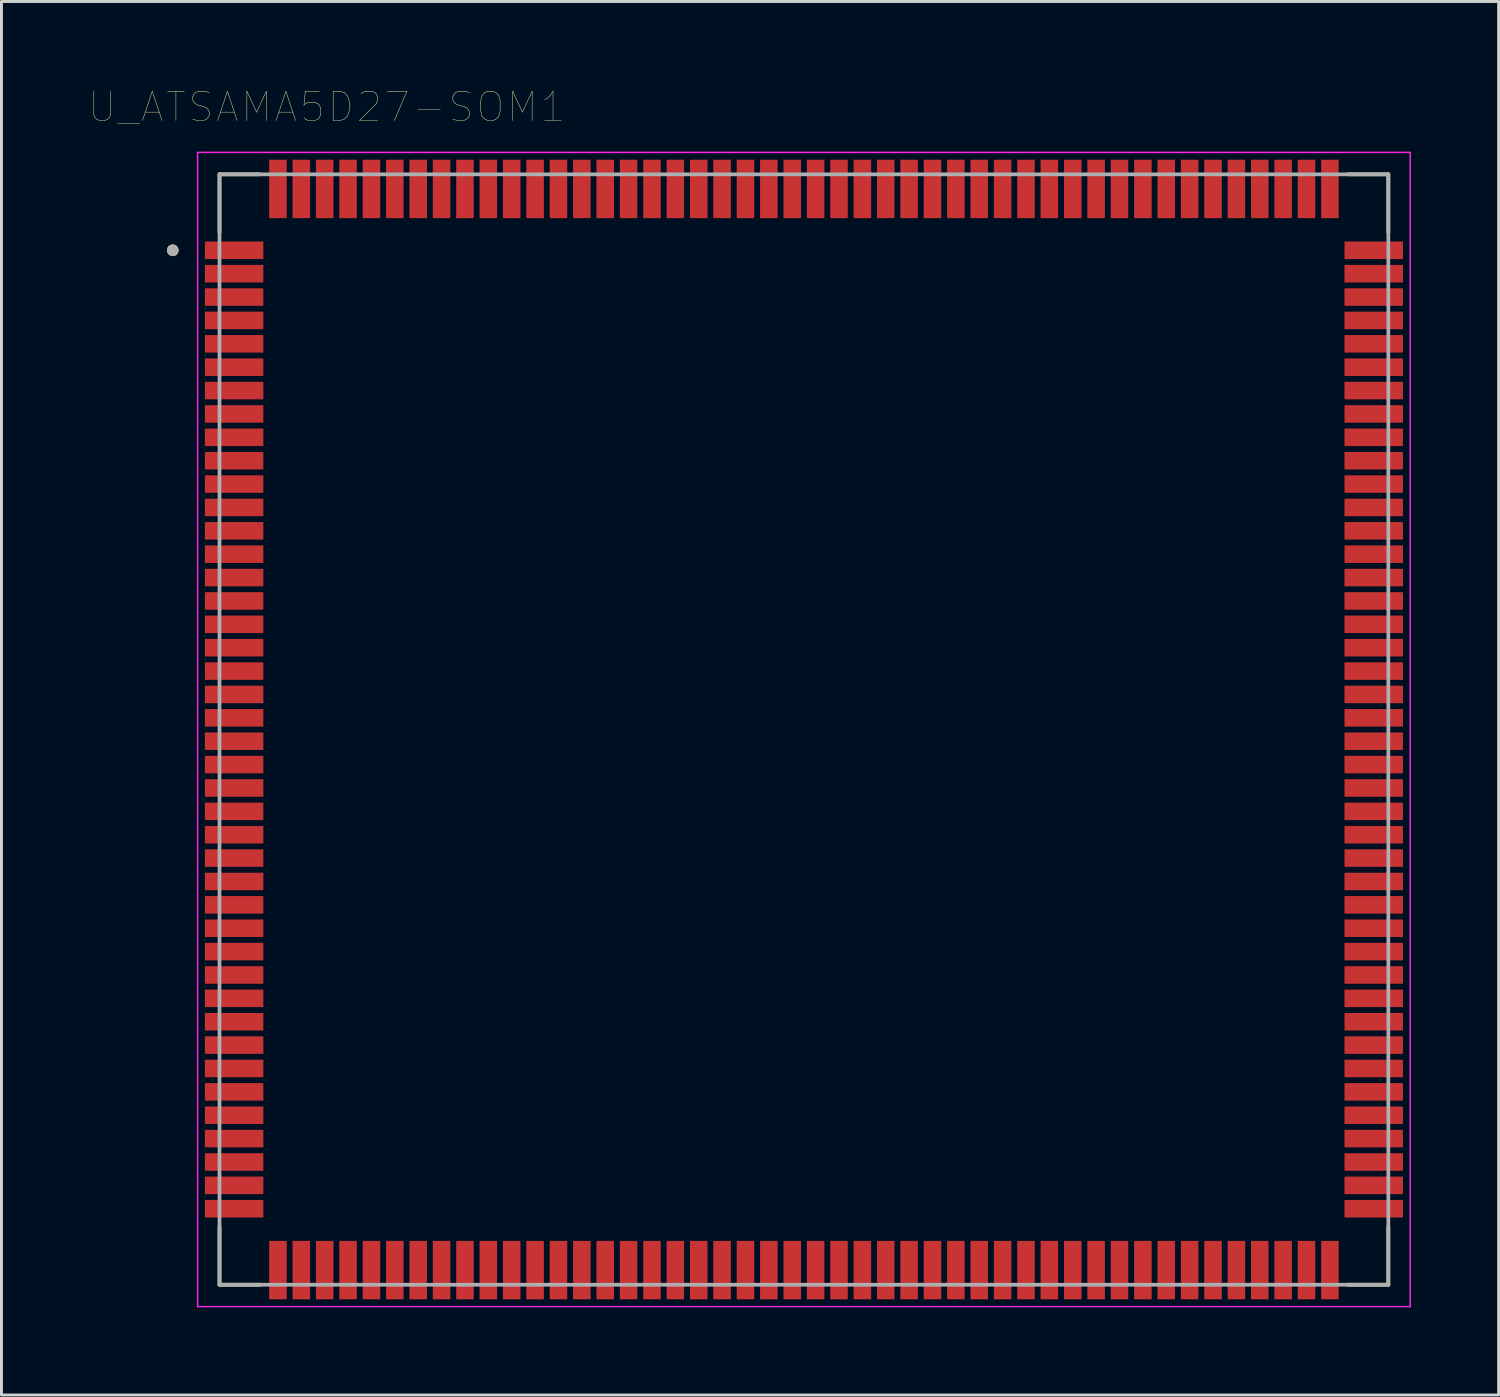
<source format=kicad_pcb>
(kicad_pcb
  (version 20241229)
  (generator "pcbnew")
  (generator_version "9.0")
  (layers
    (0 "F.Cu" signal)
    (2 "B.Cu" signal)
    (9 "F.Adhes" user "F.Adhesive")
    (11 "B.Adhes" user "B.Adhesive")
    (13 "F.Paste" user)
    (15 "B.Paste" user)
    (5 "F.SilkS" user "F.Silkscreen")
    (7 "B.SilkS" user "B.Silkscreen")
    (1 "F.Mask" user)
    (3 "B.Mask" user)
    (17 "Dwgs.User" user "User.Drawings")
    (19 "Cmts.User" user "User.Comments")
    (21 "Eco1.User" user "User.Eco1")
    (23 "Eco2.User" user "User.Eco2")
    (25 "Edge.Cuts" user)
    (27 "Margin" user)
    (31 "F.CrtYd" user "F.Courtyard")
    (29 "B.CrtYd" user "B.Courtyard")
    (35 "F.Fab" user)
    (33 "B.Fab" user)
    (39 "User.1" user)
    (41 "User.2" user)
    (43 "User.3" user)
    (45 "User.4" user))
  (footprint "U_ATSAMA5D27-SOM1"
    (layer "F.Cu")
    (at 24.462 21.916)
    (property "Reference" "U_ATSAMA5D27-SOM1" (at -16.325 -21.305 0) (layer "F.SilkS") (effects (font (size 1 1) (thickness 0.015))))
    (attr through_hole)
    (fp_line (start -20 -19) (end -20 -17.02) (stroke (width 0.127) (type solid)) (layer "F.SilkS"))
    (fp_line (start -20 -19) (end -18.62 -19) (stroke (width 0.127) (type solid)) (layer "F.SilkS"))
    (fp_line (start -20 19) (end -20 17.02) (stroke (width 0.127) (type solid)) (layer "F.SilkS"))
    (fp_line (start -20 19) (end -18.62 19) (stroke (width 0.127) (type solid)) (layer "F.SilkS"))
    (fp_line (start 20 -19) (end 18.62 -19) (stroke (width 0.127) (type solid)) (layer "F.SilkS"))
    (fp_line (start 20 -19) (end 20 -17.02) (stroke (width 0.127) (type solid)) (layer "F.SilkS"))
    (fp_line (start 20 19) (end 18.62 19) (stroke (width 0.127) (type solid)) (layer "F.SilkS"))
    (fp_line (start 20 19) (end 20 17.02) (stroke (width 0.127) (type solid)) (layer "F.SilkS"))
    (fp_circle (center -21.6 -16.4) (end -21.5 -16.4) (stroke (width 0.2) (type solid)) (fill no) (layer "F.SilkS"))
    (fp_poly (pts (xy -20.5 -16.675) (xy -18.5 -16.675) (xy -18.5 -16.125) (xy -20.5 -16.125)) (stroke (width 0.01) (type solid)) (fill yes) (layer "F.Paste"))
    (fp_poly (pts (xy -20.5 -15.875) (xy -18.5 -15.875) (xy -18.5 -15.325) (xy -20.5 -15.325)) (stroke (width 0.01) (type solid)) (fill yes) (layer "F.Paste"))
    (fp_poly (pts (xy -20.5 -15.075) (xy -18.5 -15.075) (xy -18.5 -14.525) (xy -20.5 -14.525)) (stroke (width 0.01) (type solid)) (fill yes) (layer "F.Paste"))
    (fp_poly (pts (xy -20.5 -14.275) (xy -18.5 -14.275) (xy -18.5 -13.725) (xy -20.5 -13.725)) (stroke (width 0.01) (type solid)) (fill yes) (layer "F.Paste"))
    (fp_poly (pts (xy -20.5 -13.475) (xy -18.5 -13.475) (xy -18.5 -12.925) (xy -20.5 -12.925)) (stroke (width 0.01) (type solid)) (fill yes) (layer "F.Paste"))
    (fp_poly (pts (xy -20.5 -12.675) (xy -18.5 -12.675) (xy -18.5 -12.125) (xy -20.5 -12.125)) (stroke (width 0.01) (type solid)) (fill yes) (layer "F.Paste"))
    (fp_poly (pts (xy -20.5 -11.875) (xy -18.5 -11.875) (xy -18.5 -11.325) (xy -20.5 -11.325)) (stroke (width 0.01) (type solid)) (fill yes) (layer "F.Paste"))
    (fp_poly (pts (xy -20.5 -11.875) (xy -18.5 -11.875) (xy -18.5 -11.325) (xy -20.5 -11.325)) (stroke (width 0.01) (type solid)) (fill yes) (layer "F.Paste"))
    (fp_poly (pts (xy -20.5 -11.075) (xy -18.5 -11.075) (xy -18.5 -10.525) (xy -20.5 -10.525)) (stroke (width 0.01) (type solid)) (fill yes) (layer "F.Paste"))
    (fp_poly (pts (xy -20.5 -11.075) (xy -18.5 -11.075) (xy -18.5 -10.525) (xy -20.5 -10.525)) (stroke (width 0.01) (type solid)) (fill yes) (layer "F.Paste"))
    (fp_poly (pts (xy -20.5 -10.275) (xy -18.5 -10.275) (xy -18.5 -9.725) (xy -20.5 -9.725)) (stroke (width 0.01) (type solid)) (fill yes) (layer "F.Paste"))
    (fp_poly (pts (xy -20.5 -10.275) (xy -18.5 -10.275) (xy -18.5 -9.725) (xy -20.5 -9.725)) (stroke (width 0.01) (type solid)) (fill yes) (layer "F.Paste"))
    (fp_poly (pts (xy -20.5 -9.475) (xy -18.5 -9.475) (xy -18.5 -8.925) (xy -20.5 -8.925)) (stroke (width 0.01) (type solid)) (fill yes) (layer "F.Paste"))
    (fp_poly (pts (xy -20.5 -9.475) (xy -18.5 -9.475) (xy -18.5 -8.925) (xy -20.5 -8.925)) (stroke (width 0.01) (type solid)) (fill yes) (layer "F.Paste"))
    (fp_poly (pts (xy -20.5 -8.675) (xy -18.5 -8.675) (xy -18.5 -8.125) (xy -20.5 -8.125)) (stroke (width 0.01) (type solid)) (fill yes) (layer "F.Paste"))
    (fp_poly (pts (xy -20.5 -8.675) (xy -18.5 -8.675) (xy -18.5 -8.125) (xy -20.5 -8.125)) (stroke (width 0.01) (type solid)) (fill yes) (layer "F.Paste"))
    (fp_poly (pts (xy -20.5 -7.875) (xy -18.5 -7.875) (xy -18.5 -7.325) (xy -20.5 -7.325)) (stroke (width 0.01) (type solid)) (fill yes) (layer "F.Paste"))
    (fp_poly (pts (xy -20.5 -7.875) (xy -18.5 -7.875) (xy -18.5 -7.325) (xy -20.5 -7.325)) (stroke (width 0.01) (type solid)) (fill yes) (layer "F.Paste"))
    (fp_poly (pts (xy -20.5 -7.075) (xy -18.5 -7.075) (xy -18.5 -6.525) (xy -20.5 -6.525)) (stroke (width 0.01) (type solid)) (fill yes) (layer "F.Paste"))
    (fp_poly (pts (xy -20.5 -7.075) (xy -18.5 -7.075) (xy -18.5 -6.525) (xy -20.5 -6.525)) (stroke (width 0.01) (type solid)) (fill yes) (layer "F.Paste"))
    (fp_poly (pts (xy -20.5 -6.275) (xy -18.5 -6.275) (xy -18.5 -5.725) (xy -20.5 -5.725)) (stroke (width 0.01) (type solid)) (fill yes) (layer "F.Paste"))
    (fp_poly (pts (xy -20.5 -6.275) (xy -18.5 -6.275) (xy -18.5 -5.725) (xy -20.5 -5.725)) (stroke (width 0.01) (type solid)) (fill yes) (layer "F.Paste"))
    (fp_poly (pts (xy -20.5 -5.475) (xy -18.5 -5.475) (xy -18.5 -4.925) (xy -20.5 -4.925)) (stroke (width 0.01) (type solid)) (fill yes) (layer "F.Paste"))
    (fp_poly (pts (xy -20.5 -5.475) (xy -18.5 -5.475) (xy -18.5 -4.925) (xy -20.5 -4.925)) (stroke (width 0.01) (type solid)) (fill yes) (layer "F.Paste"))
    (fp_poly (pts (xy -20.5 -4.675) (xy -18.5 -4.675) (xy -18.5 -4.125) (xy -20.5 -4.125)) (stroke (width 0.01) (type solid)) (fill yes) (layer "F.Paste"))
    (fp_poly (pts (xy -20.5 -4.675) (xy -18.5 -4.675) (xy -18.5 -4.125) (xy -20.5 -4.125)) (stroke (width 0.01) (type solid)) (fill yes) (layer "F.Paste"))
    (fp_poly (pts (xy -20.5 -3.875) (xy -18.5 -3.875) (xy -18.5 -3.325) (xy -20.5 -3.325)) (stroke (width 0.01) (type solid)) (fill yes) (layer "F.Paste"))
    (fp_poly (pts (xy -20.5 -3.875) (xy -18.5 -3.875) (xy -18.5 -3.325) (xy -20.5 -3.325)) (stroke (width 0.01) (type solid)) (fill yes) (layer "F.Paste"))
    (fp_poly (pts (xy -20.5 -3.075) (xy -18.5 -3.075) (xy -18.5 -2.525) (xy -20.5 -2.525)) (stroke (width 0.01) (type solid)) (fill yes) (layer "F.Paste"))
    (fp_poly (pts (xy -20.5 -3.075) (xy -18.5 -3.075) (xy -18.5 -2.525) (xy -20.5 -2.525)) (stroke (width 0.01) (type solid)) (fill yes) (layer "F.Paste"))
    (fp_poly (pts (xy -20.5 -2.275) (xy -18.5 -2.275) (xy -18.5 -1.725) (xy -20.5 -1.725)) (stroke (width 0.01) (type solid)) (fill yes) (layer "F.Paste"))
    (fp_poly (pts (xy -20.5 -2.275) (xy -18.5 -2.275) (xy -18.5 -1.725) (xy -20.5 -1.725)) (stroke (width 0.01) (type solid)) (fill yes) (layer "F.Paste"))
    (fp_poly (pts (xy -20.5 -1.475) (xy -18.5 -1.475) (xy -18.5 -0.925) (xy -20.5 -0.925)) (stroke (width 0.01) (type solid)) (fill yes) (layer "F.Paste"))
    (fp_poly (pts (xy -20.5 -1.475) (xy -18.5 -1.475) (xy -18.5 -0.925) (xy -20.5 -0.925)) (stroke (width 0.01) (type solid)) (fill yes) (layer "F.Paste"))
    (fp_poly (pts (xy -20.5 -0.675) (xy -18.5 -0.675) (xy -18.5 -0.125) (xy -20.5 -0.125)) (stroke (width 0.01) (type solid)) (fill yes) (layer "F.Paste"))
    (fp_poly (pts (xy -20.5 -0.675) (xy -18.5 -0.675) (xy -18.5 -0.125) (xy -20.5 -0.125)) (stroke (width 0.01) (type solid)) (fill yes) (layer "F.Paste"))
    (fp_poly (pts (xy -20.5 0.125) (xy -18.5 0.125) (xy -18.5 0.675) (xy -20.5 0.675)) (stroke (width 0.01) (type solid)) (fill yes) (layer "F.Paste"))
    (fp_poly (pts (xy -20.5 0.125) (xy -18.5 0.125) (xy -18.5 0.675) (xy -20.5 0.675)) (stroke (width 0.01) (type solid)) (fill yes) (layer "F.Paste"))
    (fp_poly (pts (xy -20.5 0.925) (xy -18.5 0.925) (xy -18.5 1.475) (xy -20.5 1.475)) (stroke (width 0.01) (type solid)) (fill yes) (layer "F.Paste"))
    (fp_poly (pts (xy -20.5 0.925) (xy -18.5 0.925) (xy -18.5 1.475) (xy -20.5 1.475)) (stroke (width 0.01) (type solid)) (fill yes) (layer "F.Paste"))
    (fp_poly (pts (xy -20.5 1.725) (xy -18.5 1.725) (xy -18.5 2.275) (xy -20.5 2.275)) (stroke (width 0.01) (type solid)) (fill yes) (layer "F.Paste"))
    (fp_poly (pts (xy -20.5 1.725) (xy -18.5 1.725) (xy -18.5 2.275) (xy -20.5 2.275)) (stroke (width 0.01) (type solid)) (fill yes) (layer "F.Paste"))
    (fp_poly (pts (xy -20.5 2.525) (xy -18.5 2.525) (xy -18.5 3.075) (xy -20.5 3.075)) (stroke (width 0.01) (type solid)) (fill yes) (layer "F.Paste"))
    (fp_poly (pts (xy -20.5 2.525) (xy -18.5 2.525) (xy -18.5 3.075) (xy -20.5 3.075)) (stroke (width 0.01) (type solid)) (fill yes) (layer "F.Paste"))
    (fp_poly (pts (xy -20.5 3.325) (xy -18.5 3.325) (xy -18.5 3.875) (xy -20.5 3.875)) (stroke (width 0.01) (type solid)) (fill yes) (layer "F.Paste"))
    (fp_poly (pts (xy -20.5 3.325) (xy -18.5 3.325) (xy -18.5 3.875) (xy -20.5 3.875)) (stroke (width 0.01) (type solid)) (fill yes) (layer "F.Paste"))
    (fp_poly (pts (xy -20.5 4.125) (xy -18.5 4.125) (xy -18.5 4.675) (xy -20.5 4.675)) (stroke (width 0.01) (type solid)) (fill yes) (layer "F.Paste"))
    (fp_poly (pts (xy -20.5 4.125) (xy -18.5 4.125) (xy -18.5 4.675) (xy -20.5 4.675)) (stroke (width 0.01) (type solid)) (fill yes) (layer "F.Paste"))
    (fp_poly (pts (xy -20.5 4.925) (xy -18.5 4.925) (xy -18.5 5.475) (xy -20.5 5.475)) (stroke (width 0.01) (type solid)) (fill yes) (layer "F.Paste"))
    (fp_poly (pts (xy -20.5 4.925) (xy -18.5 4.925) (xy -18.5 5.475) (xy -20.5 5.475)) (stroke (width 0.01) (type solid)) (fill yes) (layer "F.Paste"))
    (fp_poly (pts (xy -20.5 5.725) (xy -18.5 5.725) (xy -18.5 6.275) (xy -20.5 6.275)) (stroke (width 0.01) (type solid)) (fill yes) (layer "F.Paste"))
    (fp_poly (pts (xy -20.5 5.725) (xy -18.5 5.725) (xy -18.5 6.275) (xy -20.5 6.275)) (stroke (width 0.01) (type solid)) (fill yes) (layer "F.Paste"))
    (fp_poly (pts (xy -20.5 6.525) (xy -18.5 6.525) (xy -18.5 7.075) (xy -20.5 7.075)) (stroke (width 0.01) (type solid)) (fill yes) (layer "F.Paste"))
    (fp_poly (pts (xy -20.5 6.525) (xy -18.5 6.525) (xy -18.5 7.075) (xy -20.5 7.075)) (stroke (width 0.01) (type solid)) (fill yes) (layer "F.Paste"))
    (fp_poly (pts (xy -20.5 7.325) (xy -18.5 7.325) (xy -18.5 7.875) (xy -20.5 7.875)) (stroke (width 0.01) (type solid)) (fill yes) (layer "F.Paste"))
    (fp_poly (pts (xy -20.5 7.325) (xy -18.5 7.325) (xy -18.5 7.875) (xy -20.5 7.875)) (stroke (width 0.01) (type solid)) (fill yes) (layer "F.Paste"))
    (fp_poly (pts (xy -20.5 8.125) (xy -18.5 8.125) (xy -18.5 8.675) (xy -20.5 8.675)) (stroke (width 0.01) (type solid)) (fill yes) (layer "F.Paste"))
    (fp_poly (pts (xy -20.5 8.125) (xy -18.5 8.125) (xy -18.5 8.675) (xy -20.5 8.675)) (stroke (width 0.01) (type solid)) (fill yes) (layer "F.Paste"))
    (fp_poly (pts (xy -20.5 8.925) (xy -18.5 8.925) (xy -18.5 9.475) (xy -20.5 9.475)) (stroke (width 0.01) (type solid)) (fill yes) (layer "F.Paste"))
    (fp_poly (pts (xy -20.5 8.925) (xy -18.5 8.925) (xy -18.5 9.475) (xy -20.5 9.475)) (stroke (width 0.01) (type solid)) (fill yes) (layer "F.Paste"))
    (fp_poly (pts (xy -20.5 9.725) (xy -18.5 9.725) (xy -18.5 10.275) (xy -20.5 10.275)) (stroke (width 0.01) (type solid)) (fill yes) (layer "F.Paste"))
    (fp_poly (pts (xy -20.5 9.725) (xy -18.5 9.725) (xy -18.5 10.275) (xy -20.5 10.275)) (stroke (width 0.01) (type solid)) (fill yes) (layer "F.Paste"))
    (fp_poly (pts (xy -20.5 10.525) (xy -18.5 10.525) (xy -18.5 11.075) (xy -20.5 11.075)) (stroke (width 0.01) (type solid)) (fill yes) (layer "F.Paste"))
    (fp_poly (pts (xy -20.5 10.525) (xy -18.5 10.525) (xy -18.5 11.075) (xy -20.5 11.075)) (stroke (width 0.01) (type solid)) (fill yes) (layer "F.Paste"))
    (fp_poly (pts (xy -20.5 11.325) (xy -18.5 11.325) (xy -18.5 11.875) (xy -20.5 11.875)) (stroke (width 0.01) (type solid)) (fill yes) (layer "F.Paste"))
    (fp_poly (pts (xy -20.5 11.325) (xy -18.5 11.325) (xy -18.5 11.875) (xy -20.5 11.875)) (stroke (width 0.01) (type solid)) (fill yes) (layer "F.Paste"))
    (fp_poly (pts (xy -20.5 12.125) (xy -18.5 12.125) (xy -18.5 12.675) (xy -20.5 12.675)) (stroke (width 0.01) (type solid)) (fill yes) (layer "F.Paste"))
    (fp_poly (pts (xy -20.5 12.125) (xy -18.5 12.125) (xy -18.5 12.675) (xy -20.5 12.675)) (stroke (width 0.01) (type solid)) (fill yes) (layer "F.Paste"))
    (fp_poly (pts (xy -20.5 12.925) (xy -18.5 12.925) (xy -18.5 13.475) (xy -20.5 13.475)) (stroke (width 0.01) (type solid)) (fill yes) (layer "F.Paste"))
    (fp_poly (pts (xy -20.5 12.925) (xy -18.5 12.925) (xy -18.5 13.475) (xy -20.5 13.475)) (stroke (width 0.01) (type solid)) (fill yes) (layer "F.Paste"))
    (fp_poly (pts (xy -20.5 13.725) (xy -18.5 13.725) (xy -18.5 14.275) (xy -20.5 14.275)) (stroke (width 0.01) (type solid)) (fill yes) (layer "F.Paste"))
    (fp_poly (pts (xy -20.5 13.725) (xy -18.5 13.725) (xy -18.5 14.275) (xy -20.5 14.275)) (stroke (width 0.01) (type solid)) (fill yes) (layer "F.Paste"))
    (fp_poly (pts (xy -20.5 14.525) (xy -18.5 14.525) (xy -18.5 15.075) (xy -20.5 15.075)) (stroke (width 0.01) (type solid)) (fill yes) (layer "F.Paste"))
    (fp_poly (pts (xy -20.5 14.525) (xy -18.5 14.525) (xy -18.5 15.075) (xy -20.5 15.075)) (stroke (width 0.01) (type solid)) (fill yes) (layer "F.Paste"))
    (fp_poly (pts (xy -20.5 15.325) (xy -18.5 15.325) (xy -18.5 15.875) (xy -20.5 15.875)) (stroke (width 0.01) (type solid)) (fill yes) (layer "F.Paste"))
    (fp_poly (pts (xy -20.5 15.325) (xy -18.5 15.325) (xy -18.5 15.875) (xy -20.5 15.875)) (stroke (width 0.01) (type solid)) (fill yes) (layer "F.Paste"))
    (fp_poly (pts (xy -20.5 16.125) (xy -18.5 16.125) (xy -18.5 16.675) (xy -20.5 16.675)) (stroke (width 0.01) (type solid)) (fill yes) (layer "F.Paste"))
    (fp_poly (pts (xy -20.5 16.125) (xy -18.5 16.125) (xy -18.5 16.675) (xy -20.5 16.675)) (stroke (width 0.01) (type solid)) (fill yes) (layer "F.Paste"))
    (fp_poly (pts (xy -18.275 -19.5) (xy -17.725 -19.5) (xy -17.725 -17.5) (xy -18.275 -17.5)) (stroke (width 0.01) (type solid)) (fill yes) (layer "F.Paste"))
    (fp_poly (pts (xy -18.275 17.5) (xy -17.725 17.5) (xy -17.725 19.5) (xy -18.275 19.5)) (stroke (width 0.01) (type solid)) (fill yes) (layer "F.Paste"))
    (fp_poly (pts (xy -17.475 -19.5) (xy -16.925 -19.5) (xy -16.925 -17.5) (xy -17.475 -17.5)) (stroke (width 0.01) (type solid)) (fill yes) (layer "F.Paste"))
    (fp_poly (pts (xy -17.475 17.5) (xy -16.925 17.5) (xy -16.925 19.5) (xy -17.475 19.5)) (stroke (width 0.01) (type solid)) (fill yes) (layer "F.Paste"))
    (fp_poly (pts (xy -16.675 -19.5) (xy -16.125 -19.5) (xy -16.125 -17.5) (xy -16.675 -17.5)) (stroke (width 0.01) (type solid)) (fill yes) (layer "F.Paste"))
    (fp_poly (pts (xy -16.675 17.5) (xy -16.125 17.5) (xy -16.125 19.5) (xy -16.675 19.5)) (stroke (width 0.01) (type solid)) (fill yes) (layer "F.Paste"))
    (fp_poly (pts (xy -15.875 -19.5) (xy -15.325 -19.5) (xy -15.325 -17.5) (xy -15.875 -17.5)) (stroke (width 0.01) (type solid)) (fill yes) (layer "F.Paste"))
    (fp_poly (pts (xy -15.875 17.5) (xy -15.325 17.5) (xy -15.325 19.5) (xy -15.875 19.5)) (stroke (width 0.01) (type solid)) (fill yes) (layer "F.Paste"))
    (fp_poly (pts (xy -15.075 -19.5) (xy -14.525 -19.5) (xy -14.525 -17.5) (xy -15.075 -17.5)) (stroke (width 0.01) (type solid)) (fill yes) (layer "F.Paste"))
    (fp_poly (pts (xy -15.075 17.5) (xy -14.525 17.5) (xy -14.525 19.5) (xy -15.075 19.5)) (stroke (width 0.01) (type solid)) (fill yes) (layer "F.Paste"))
    (fp_poly (pts (xy -14.275 -19.5) (xy -13.725 -19.5) (xy -13.725 -17.5) (xy -14.275 -17.5)) (stroke (width 0.01) (type solid)) (fill yes) (layer "F.Paste"))
    (fp_poly (pts (xy -14.275 17.5) (xy -13.725 17.5) (xy -13.725 19.5) (xy -14.275 19.5)) (stroke (width 0.01) (type solid)) (fill yes) (layer "F.Paste"))
    (fp_poly (pts (xy -13.475 -19.5) (xy -12.925 -19.5) (xy -12.925 -17.5) (xy -13.475 -17.5)) (stroke (width 0.01) (type solid)) (fill yes) (layer "F.Paste"))
    (fp_poly (pts (xy -13.475 17.5) (xy -12.925 17.5) (xy -12.925 19.5) (xy -13.475 19.5)) (stroke (width 0.01) (type solid)) (fill yes) (layer "F.Paste"))
    (fp_poly (pts (xy -12.675 -19.5) (xy -12.125 -19.5) (xy -12.125 -17.5) (xy -12.675 -17.5)) (stroke (width 0.01) (type solid)) (fill yes) (layer "F.Paste"))
    (fp_poly (pts (xy -12.675 17.5) (xy -12.125 17.5) (xy -12.125 19.5) (xy -12.675 19.5)) (stroke (width 0.01) (type solid)) (fill yes) (layer "F.Paste"))
    (fp_poly (pts (xy -11.875 -19.5) (xy -11.325 -19.5) (xy -11.325 -17.5) (xy -11.875 -17.5)) (stroke (width 0.01) (type solid)) (fill yes) (layer "F.Paste"))
    (fp_poly (pts (xy -11.875 17.5) (xy -11.325 17.5) (xy -11.325 19.5) (xy -11.875 19.5)) (stroke (width 0.01) (type solid)) (fill yes) (layer "F.Paste"))
    (fp_poly (pts (xy -11.075 -19.5) (xy -10.525 -19.5) (xy -10.525 -17.5) (xy -11.075 -17.5)) (stroke (width 0.01) (type solid)) (fill yes) (layer "F.Paste"))
    (fp_poly (pts (xy -11.075 17.5) (xy -10.525 17.5) (xy -10.525 19.5) (xy -11.075 19.5)) (stroke (width 0.01) (type solid)) (fill yes) (layer "F.Paste"))
    (fp_poly (pts (xy -10.275 -19.5) (xy -9.725 -19.5) (xy -9.725 -17.5) (xy -10.275 -17.5)) (stroke (width 0.01) (type solid)) (fill yes) (layer "F.Paste"))
    (fp_poly (pts (xy -10.275 17.5) (xy -9.725 17.5) (xy -9.725 19.5) (xy -10.275 19.5)) (stroke (width 0.01) (type solid)) (fill yes) (layer "F.Paste"))
    (fp_poly (pts (xy -9.475 -19.5) (xy -8.925 -19.5) (xy -8.925 -17.5) (xy -9.475 -17.5)) (stroke (width 0.01) (type solid)) (fill yes) (layer "F.Paste"))
    (fp_poly (pts (xy -9.475 17.5) (xy -8.925 17.5) (xy -8.925 19.5) (xy -9.475 19.5)) (stroke (width 0.01) (type solid)) (fill yes) (layer "F.Paste"))
    (fp_poly (pts (xy -8.675 -19.5) (xy -8.125 -19.5) (xy -8.125 -17.5) (xy -8.675 -17.5)) (stroke (width 0.01) (type solid)) (fill yes) (layer "F.Paste"))
    (fp_poly (pts (xy -8.675 17.5) (xy -8.125 17.5) (xy -8.125 19.5) (xy -8.675 19.5)) (stroke (width 0.01) (type solid)) (fill yes) (layer "F.Paste"))
    (fp_poly (pts (xy -7.875 -19.5) (xy -7.325 -19.5) (xy -7.325 -17.5) (xy -7.875 -17.5)) (stroke (width 0.01) (type solid)) (fill yes) (layer "F.Paste"))
    (fp_poly (pts (xy -7.875 17.5) (xy -7.325 17.5) (xy -7.325 19.5) (xy -7.875 19.5)) (stroke (width 0.01) (type solid)) (fill yes) (layer "F.Paste"))
    (fp_poly (pts (xy -7.075 -19.5) (xy -6.525 -19.5) (xy -6.525 -17.5) (xy -7.075 -17.5)) (stroke (width 0.01) (type solid)) (fill yes) (layer "F.Paste"))
    (fp_poly (pts (xy -7.075 17.5) (xy -6.525 17.5) (xy -6.525 19.5) (xy -7.075 19.5)) (stroke (width 0.01) (type solid)) (fill yes) (layer "F.Paste"))
    (fp_poly (pts (xy -6.275 -19.5) (xy -5.725 -19.5) (xy -5.725 -17.5) (xy -6.275 -17.5)) (stroke (width 0.01) (type solid)) (fill yes) (layer "F.Paste"))
    (fp_poly (pts (xy -6.275 17.5) (xy -5.725 17.5) (xy -5.725 19.5) (xy -6.275 19.5)) (stroke (width 0.01) (type solid)) (fill yes) (layer "F.Paste"))
    (fp_poly (pts (xy -5.475 -19.5) (xy -4.925 -19.5) (xy -4.925 -17.5) (xy -5.475 -17.5)) (stroke (width 0.01) (type solid)) (fill yes) (layer "F.Paste"))
    (fp_poly (pts (xy -5.475 17.5) (xy -4.925 17.5) (xy -4.925 19.5) (xy -5.475 19.5)) (stroke (width 0.01) (type solid)) (fill yes) (layer "F.Paste"))
    (fp_poly (pts (xy -4.675 -19.5) (xy -4.125 -19.5) (xy -4.125 -17.5) (xy -4.675 -17.5)) (stroke (width 0.01) (type solid)) (fill yes) (layer "F.Paste"))
    (fp_poly (pts (xy -4.675 17.5) (xy -4.125 17.5) (xy -4.125 19.5) (xy -4.675 19.5)) (stroke (width 0.01) (type solid)) (fill yes) (layer "F.Paste"))
    (fp_poly (pts (xy -3.875 -19.5) (xy -3.325 -19.5) (xy -3.325 -17.5) (xy -3.875 -17.5)) (stroke (width 0.01) (type solid)) (fill yes) (layer "F.Paste"))
    (fp_poly (pts (xy -3.875 17.5) (xy -3.325 17.5) (xy -3.325 19.5) (xy -3.875 19.5)) (stroke (width 0.01) (type solid)) (fill yes) (layer "F.Paste"))
    (fp_poly (pts (xy -3.075 -19.5) (xy -2.525 -19.5) (xy -2.525 -17.5) (xy -3.075 -17.5)) (stroke (width 0.01) (type solid)) (fill yes) (layer "F.Paste"))
    (fp_poly (pts (xy -3.075 17.5) (xy -2.525 17.5) (xy -2.525 19.5) (xy -3.075 19.5)) (stroke (width 0.01) (type solid)) (fill yes) (layer "F.Paste"))
    (fp_poly (pts (xy -2.275 -19.5) (xy -1.725 -19.5) (xy -1.725 -17.5) (xy -2.275 -17.5)) (stroke (width 0.01) (type solid)) (fill yes) (layer "F.Paste"))
    (fp_poly (pts (xy -2.275 17.5) (xy -1.725 17.5) (xy -1.725 19.5) (xy -2.275 19.5)) (stroke (width 0.01) (type solid)) (fill yes) (layer "F.Paste"))
    (fp_poly (pts (xy -1.475 -19.5) (xy -0.925 -19.5) (xy -0.925 -17.5) (xy -1.475 -17.5)) (stroke (width 0.01) (type solid)) (fill yes) (layer "F.Paste"))
    (fp_poly (pts (xy -1.475 17.5) (xy -0.925 17.5) (xy -0.925 19.5) (xy -1.475 19.5)) (stroke (width 0.01) (type solid)) (fill yes) (layer "F.Paste"))
    (fp_poly (pts (xy -0.675 -19.5) (xy -0.125 -19.5) (xy -0.125 -17.5) (xy -0.675 -17.5)) (stroke (width 0.01) (type solid)) (fill yes) (layer "F.Paste"))
    (fp_poly (pts (xy -0.675 17.5) (xy -0.125 17.5) (xy -0.125 19.5) (xy -0.675 19.5)) (stroke (width 0.01) (type solid)) (fill yes) (layer "F.Paste"))
    (fp_poly (pts (xy 0.125 -19.5) (xy 0.675 -19.5) (xy 0.675 -17.5) (xy 0.125 -17.5)) (stroke (width 0.01) (type solid)) (fill yes) (layer "F.Paste"))
    (fp_poly (pts (xy 0.125 17.5) (xy 0.675 17.5) (xy 0.675 19.5) (xy 0.125 19.5)) (stroke (width 0.01) (type solid)) (fill yes) (layer "F.Paste"))
    (fp_poly (pts (xy 0.925 -19.5) (xy 1.475 -19.5) (xy 1.475 -17.5) (xy 0.925 -17.5)) (stroke (width 0.01) (type solid)) (fill yes) (layer "F.Paste"))
    (fp_poly (pts (xy 0.925 17.5) (xy 1.475 17.5) (xy 1.475 19.5) (xy 0.925 19.5)) (stroke (width 0.01) (type solid)) (fill yes) (layer "F.Paste"))
    (fp_poly (pts (xy 1.725 -19.5) (xy 2.275 -19.5) (xy 2.275 -17.5) (xy 1.725 -17.5)) (stroke (width 0.01) (type solid)) (fill yes) (layer "F.Paste"))
    (fp_poly (pts (xy 1.725 17.5) (xy 2.275 17.5) (xy 2.275 19.5) (xy 1.725 19.5)) (stroke (width 0.01) (type solid)) (fill yes) (layer "F.Paste"))
    (fp_poly (pts (xy 2.525 -19.5) (xy 3.075 -19.5) (xy 3.075 -17.5) (xy 2.525 -17.5)) (stroke (width 0.01) (type solid)) (fill yes) (layer "F.Paste"))
    (fp_poly (pts (xy 2.525 17.5) (xy 3.075 17.5) (xy 3.075 19.5) (xy 2.525 19.5)) (stroke (width 0.01) (type solid)) (fill yes) (layer "F.Paste"))
    (fp_poly (pts (xy 3.325 -19.5) (xy 3.875 -19.5) (xy 3.875 -17.5) (xy 3.325 -17.5)) (stroke (width 0.01) (type solid)) (fill yes) (layer "F.Paste"))
    (fp_poly (pts (xy 3.325 17.5) (xy 3.875 17.5) (xy 3.875 19.5) (xy 3.325 19.5)) (stroke (width 0.01) (type solid)) (fill yes) (layer "F.Paste"))
    (fp_poly (pts (xy 4.125 -19.5) (xy 4.675 -19.5) (xy 4.675 -17.5) (xy 4.125 -17.5)) (stroke (width 0.01) (type solid)) (fill yes) (layer "F.Paste"))
    (fp_poly (pts (xy 4.125 17.5) (xy 4.675 17.5) (xy 4.675 19.5) (xy 4.125 19.5)) (stroke (width 0.01) (type solid)) (fill yes) (layer "F.Paste"))
    (fp_poly (pts (xy 4.925 -19.5) (xy 5.475 -19.5) (xy 5.475 -17.5) (xy 4.925 -17.5)) (stroke (width 0.01) (type solid)) (fill yes) (layer "F.Paste"))
    (fp_poly (pts (xy 4.925 17.5) (xy 5.475 17.5) (xy 5.475 19.5) (xy 4.925 19.5)) (stroke (width 0.01) (type solid)) (fill yes) (layer "F.Paste"))
    (fp_poly (pts (xy 5.725 -19.5) (xy 6.275 -19.5) (xy 6.275 -17.5) (xy 5.725 -17.5)) (stroke (width 0.01) (type solid)) (fill yes) (layer "F.Paste"))
    (fp_poly (pts (xy 5.725 17.5) (xy 6.275 17.5) (xy 6.275 19.5) (xy 5.725 19.5)) (stroke (width 0.01) (type solid)) (fill yes) (layer "F.Paste"))
    (fp_poly (pts (xy 6.525 -19.5) (xy 7.075 -19.5) (xy 7.075 -17.5) (xy 6.525 -17.5)) (stroke (width 0.01) (type solid)) (fill yes) (layer "F.Paste"))
    (fp_poly (pts (xy 6.525 17.5) (xy 7.075 17.5) (xy 7.075 19.5) (xy 6.525 19.5)) (stroke (width 0.01) (type solid)) (fill yes) (layer "F.Paste"))
    (fp_poly (pts (xy 7.325 -19.5) (xy 7.875 -19.5) (xy 7.875 -17.5) (xy 7.325 -17.5)) (stroke (width 0.01) (type solid)) (fill yes) (layer "F.Paste"))
    (fp_poly (pts (xy 7.325 17.5) (xy 7.875 17.5) (xy 7.875 19.5) (xy 7.325 19.5)) (stroke (width 0.01) (type solid)) (fill yes) (layer "F.Paste"))
    (fp_poly (pts (xy 8.125 -19.5) (xy 8.675 -19.5) (xy 8.675 -17.5) (xy 8.125 -17.5)) (stroke (width 0.01) (type solid)) (fill yes) (layer "F.Paste"))
    (fp_poly (pts (xy 8.125 17.5) (xy 8.675 17.5) (xy 8.675 19.5) (xy 8.125 19.5)) (stroke (width 0.01) (type solid)) (fill yes) (layer "F.Paste"))
    (fp_poly (pts (xy 8.925 -19.5) (xy 9.475 -19.5) (xy 9.475 -17.5) (xy 8.925 -17.5)) (stroke (width 0.01) (type solid)) (fill yes) (layer "F.Paste"))
    (fp_poly (pts (xy 8.925 17.5) (xy 9.475 17.5) (xy 9.475 19.5) (xy 8.925 19.5)) (stroke (width 0.01) (type solid)) (fill yes) (layer "F.Paste"))
    (fp_poly (pts (xy 9.725 -19.5) (xy 10.275 -19.5) (xy 10.275 -17.5) (xy 9.725 -17.5)) (stroke (width 0.01) (type solid)) (fill yes) (layer "F.Paste"))
    (fp_poly (pts (xy 9.725 17.5) (xy 10.275 17.5) (xy 10.275 19.5) (xy 9.725 19.5)) (stroke (width 0.01) (type solid)) (fill yes) (layer "F.Paste"))
    (fp_poly (pts (xy 10.525 -19.5) (xy 11.075 -19.5) (xy 11.075 -17.5) (xy 10.525 -17.5)) (stroke (width 0.01) (type solid)) (fill yes) (layer "F.Paste"))
    (fp_poly (pts (xy 10.525 17.5) (xy 11.075 17.5) (xy 11.075 19.5) (xy 10.525 19.5)) (stroke (width 0.01) (type solid)) (fill yes) (layer "F.Paste"))
    (fp_poly (pts (xy 11.325 -19.5) (xy 11.875 -19.5) (xy 11.875 -17.5) (xy 11.325 -17.5)) (stroke (width 0.01) (type solid)) (fill yes) (layer "F.Paste"))
    (fp_poly (pts (xy 11.325 17.5) (xy 11.875 17.5) (xy 11.875 19.5) (xy 11.325 19.5)) (stroke (width 0.01) (type solid)) (fill yes) (layer "F.Paste"))
    (fp_poly (pts (xy 12.125 -19.5) (xy 12.675 -19.5) (xy 12.675 -17.5) (xy 12.125 -17.5)) (stroke (width 0.01) (type solid)) (fill yes) (layer "F.Paste"))
    (fp_poly (pts (xy 12.125 17.5) (xy 12.675 17.5) (xy 12.675 19.5) (xy 12.125 19.5)) (stroke (width 0.01) (type solid)) (fill yes) (layer "F.Paste"))
    (fp_poly (pts (xy 12.925 -19.5) (xy 13.475 -19.5) (xy 13.475 -17.5) (xy 12.925 -17.5)) (stroke (width 0.01) (type solid)) (fill yes) (layer "F.Paste"))
    (fp_poly (pts (xy 12.925 17.5) (xy 13.475 17.5) (xy 13.475 19.5) (xy 12.925 19.5)) (stroke (width 0.01) (type solid)) (fill yes) (layer "F.Paste"))
    (fp_poly (pts (xy 13.725 -19.5) (xy 14.275 -19.5) (xy 14.275 -17.5) (xy 13.725 -17.5)) (stroke (width 0.01) (type solid)) (fill yes) (layer "F.Paste"))
    (fp_poly (pts (xy 13.725 17.5) (xy 14.275 17.5) (xy 14.275 19.5) (xy 13.725 19.5)) (stroke (width 0.01) (type solid)) (fill yes) (layer "F.Paste"))
    (fp_poly (pts (xy 14.525 -19.5) (xy 15.075 -19.5) (xy 15.075 -17.5) (xy 14.525 -17.5)) (stroke (width 0.01) (type solid)) (fill yes) (layer "F.Paste"))
    (fp_poly (pts (xy 14.525 17.5) (xy 15.075 17.5) (xy 15.075 19.5) (xy 14.525 19.5)) (stroke (width 0.01) (type solid)) (fill yes) (layer "F.Paste"))
    (fp_poly (pts (xy 15.325 -19.5) (xy 15.875 -19.5) (xy 15.875 -17.5) (xy 15.325 -17.5)) (stroke (width 0.01) (type solid)) (fill yes) (layer "F.Paste"))
    (fp_poly (pts (xy 15.325 17.5) (xy 15.875 17.5) (xy 15.875 19.5) (xy 15.325 19.5)) (stroke (width 0.01) (type solid)) (fill yes) (layer "F.Paste"))
    (fp_poly (pts (xy 16.125 -19.5) (xy 16.675 -19.5) (xy 16.675 -17.5) (xy 16.125 -17.5)) (stroke (width 0.01) (type solid)) (fill yes) (layer "F.Paste"))
    (fp_poly (pts (xy 16.125 17.5) (xy 16.675 17.5) (xy 16.675 19.5) (xy 16.125 19.5)) (stroke (width 0.01) (type solid)) (fill yes) (layer "F.Paste"))
    (fp_poly (pts (xy 16.925 -19.5) (xy 17.475 -19.5) (xy 17.475 -17.5) (xy 16.925 -17.5)) (stroke (width 0.01) (type solid)) (fill yes) (layer "F.Paste"))
    (fp_poly (pts (xy 16.925 17.5) (xy 17.475 17.5) (xy 17.475 19.5) (xy 16.925 19.5)) (stroke (width 0.01) (type solid)) (fill yes) (layer "F.Paste"))
    (fp_poly (pts (xy 17.725 -19.5) (xy 18.275 -19.5) (xy 18.275 -17.5) (xy 17.725 -17.5)) (stroke (width 0.01) (type solid)) (fill yes) (layer "F.Paste"))
    (fp_poly (pts (xy 17.725 17.5) (xy 18.275 17.5) (xy 18.275 19.5) (xy 17.725 19.5)) (stroke (width 0.01) (type solid)) (fill yes) (layer "F.Paste"))
    (fp_poly (pts (xy 18.5 -16.675) (xy 20.5 -16.675) (xy 20.5 -16.125) (xy 18.5 -16.125)) (stroke (width 0.01) (type solid)) (fill yes) (layer "F.Paste"))
    (fp_poly (pts (xy 18.5 -15.875) (xy 20.5 -15.875) (xy 20.5 -15.325) (xy 18.5 -15.325)) (stroke (width 0.01) (type solid)) (fill yes) (layer "F.Paste"))
    (fp_poly (pts (xy 18.5 -15.075) (xy 20.5 -15.075) (xy 20.5 -14.525) (xy 18.5 -14.525)) (stroke (width 0.01) (type solid)) (fill yes) (layer "F.Paste"))
    (fp_poly (pts (xy 18.5 -14.275) (xy 20.5 -14.275) (xy 20.5 -13.725) (xy 18.5 -13.725)) (stroke (width 0.01) (type solid)) (fill yes) (layer "F.Paste"))
    (fp_poly (pts (xy 18.5 -13.475) (xy 20.5 -13.475) (xy 20.5 -12.925) (xy 18.5 -12.925)) (stroke (width 0.01) (type solid)) (fill yes) (layer "F.Paste"))
    (fp_poly (pts (xy 18.5 -12.675) (xy 20.5 -12.675) (xy 20.5 -12.125) (xy 18.5 -12.125)) (stroke (width 0.01) (type solid)) (fill yes) (layer "F.Paste"))
    (fp_poly (pts (xy 18.5 -11.875) (xy 20.5 -11.875) (xy 20.5 -11.325) (xy 18.5 -11.325)) (stroke (width 0.01) (type solid)) (fill yes) (layer "F.Paste"))
    (fp_poly (pts (xy 18.5 -11.075) (xy 20.5 -11.075) (xy 20.5 -10.525) (xy 18.5 -10.525)) (stroke (width 0.01) (type solid)) (fill yes) (layer "F.Paste"))
    (fp_poly (pts (xy 18.5 -10.275) (xy 20.5 -10.275) (xy 20.5 -9.725) (xy 18.5 -9.725)) (stroke (width 0.01) (type solid)) (fill yes) (layer "F.Paste"))
    (fp_poly (pts (xy 18.5 -9.475) (xy 20.5 -9.475) (xy 20.5 -8.925) (xy 18.5 -8.925)) (stroke (width 0.01) (type solid)) (fill yes) (layer "F.Paste"))
    (fp_poly (pts (xy 18.5 -8.675) (xy 20.5 -8.675) (xy 20.5 -8.125) (xy 18.5 -8.125)) (stroke (width 0.01) (type solid)) (fill yes) (layer "F.Paste"))
    (fp_poly (pts (xy 18.5 -7.875) (xy 20.5 -7.875) (xy 20.5 -7.325) (xy 18.5 -7.325)) (stroke (width 0.01) (type solid)) (fill yes) (layer "F.Paste"))
    (fp_poly (pts (xy 18.5 -7.075) (xy 20.5 -7.075) (xy 20.5 -6.525) (xy 18.5 -6.525)) (stroke (width 0.01) (type solid)) (fill yes) (layer "F.Paste"))
    (fp_poly (pts (xy 18.5 -6.275) (xy 20.5 -6.275) (xy 20.5 -5.725) (xy 18.5 -5.725)) (stroke (width 0.01) (type solid)) (fill yes) (layer "F.Paste"))
    (fp_poly (pts (xy 18.5 -5.475) (xy 20.5 -5.475) (xy 20.5 -4.925) (xy 18.5 -4.925)) (stroke (width 0.01) (type solid)) (fill yes) (layer "F.Paste"))
    (fp_poly (pts (xy 18.5 -4.675) (xy 20.5 -4.675) (xy 20.5 -4.125) (xy 18.5 -4.125)) (stroke (width 0.01) (type solid)) (fill yes) (layer "F.Paste"))
    (fp_poly (pts (xy 18.5 -3.875) (xy 20.5 -3.875) (xy 20.5 -3.325) (xy 18.5 -3.325)) (stroke (width 0.01) (type solid)) (fill yes) (layer "F.Paste"))
    (fp_poly (pts (xy 18.5 -3.075) (xy 20.5 -3.075) (xy 20.5 -2.525) (xy 18.5 -2.525)) (stroke (width 0.01) (type solid)) (fill yes) (layer "F.Paste"))
    (fp_poly (pts (xy 18.5 -2.275) (xy 20.5 -2.275) (xy 20.5 -1.725) (xy 18.5 -1.725)) (stroke (width 0.01) (type solid)) (fill yes) (layer "F.Paste"))
    (fp_poly (pts (xy 18.5 -1.475) (xy 20.5 -1.475) (xy 20.5 -0.925) (xy 18.5 -0.925)) (stroke (width 0.01) (type solid)) (fill yes) (layer "F.Paste"))
    (fp_poly (pts (xy 18.5 -0.675) (xy 20.5 -0.675) (xy 20.5 -0.125) (xy 18.5 -0.125)) (stroke (width 0.01) (type solid)) (fill yes) (layer "F.Paste"))
    (fp_poly (pts (xy 18.5 0.125) (xy 20.5 0.125) (xy 20.5 0.675) (xy 18.5 0.675)) (stroke (width 0.01) (type solid)) (fill yes) (layer "F.Paste"))
    (fp_poly (pts (xy 18.5 0.925) (xy 20.5 0.925) (xy 20.5 1.475) (xy 18.5 1.475)) (stroke (width 0.01) (type solid)) (fill yes) (layer "F.Paste"))
    (fp_poly (pts (xy 18.5 1.725) (xy 20.5 1.725) (xy 20.5 2.275) (xy 18.5 2.275)) (stroke (width 0.01) (type solid)) (fill yes) (layer "F.Paste"))
    (fp_poly (pts (xy 18.5 2.525) (xy 20.5 2.525) (xy 20.5 3.075) (xy 18.5 3.075)) (stroke (width 0.01) (type solid)) (fill yes) (layer "F.Paste"))
    (fp_poly (pts (xy 18.5 3.325) (xy 20.5 3.325) (xy 20.5 3.875) (xy 18.5 3.875)) (stroke (width 0.01) (type solid)) (fill yes) (layer "F.Paste"))
    (fp_poly (pts (xy 18.5 4.125) (xy 20.5 4.125) (xy 20.5 4.675) (xy 18.5 4.675)) (stroke (width 0.01) (type solid)) (fill yes) (layer "F.Paste"))
    (fp_poly (pts (xy 18.5 4.925) (xy 20.5 4.925) (xy 20.5 5.475) (xy 18.5 5.475)) (stroke (width 0.01) (type solid)) (fill yes) (layer "F.Paste"))
    (fp_poly (pts (xy 18.5 5.725) (xy 20.5 5.725) (xy 20.5 6.275) (xy 18.5 6.275)) (stroke (width 0.01) (type solid)) (fill yes) (layer "F.Paste"))
    (fp_poly (pts (xy 18.5 6.525) (xy 20.5 6.525) (xy 20.5 7.075) (xy 18.5 7.075)) (stroke (width 0.01) (type solid)) (fill yes) (layer "F.Paste"))
    (fp_poly (pts (xy 18.5 7.325) (xy 20.5 7.325) (xy 20.5 7.875) (xy 18.5 7.875)) (stroke (width 0.01) (type solid)) (fill yes) (layer "F.Paste"))
    (fp_poly (pts (xy 18.5 8.125) (xy 20.5 8.125) (xy 20.5 8.675) (xy 18.5 8.675)) (stroke (width 0.01) (type solid)) (fill yes) (layer "F.Paste"))
    (fp_poly (pts (xy 18.5 8.925) (xy 20.5 8.925) (xy 20.5 9.475) (xy 18.5 9.475)) (stroke (width 0.01) (type solid)) (fill yes) (layer "F.Paste"))
    (fp_poly (pts (xy 18.5 9.725) (xy 20.5 9.725) (xy 20.5 10.275) (xy 18.5 10.275)) (stroke (width 0.01) (type solid)) (fill yes) (layer "F.Paste"))
    (fp_poly (pts (xy 18.5 10.525) (xy 20.5 10.525) (xy 20.5 11.075) (xy 18.5 11.075)) (stroke (width 0.01) (type solid)) (fill yes) (layer "F.Paste"))
    (fp_poly (pts (xy 18.5 11.325) (xy 20.5 11.325) (xy 20.5 11.875) (xy 18.5 11.875)) (stroke (width 0.01) (type solid)) (fill yes) (layer "F.Paste"))
    (fp_poly (pts (xy 18.5 12.125) (xy 20.5 12.125) (xy 20.5 12.675) (xy 18.5 12.675)) (stroke (width 0.01) (type solid)) (fill yes) (layer "F.Paste"))
    (fp_poly (pts (xy 18.5 12.925) (xy 20.5 12.925) (xy 20.5 13.475) (xy 18.5 13.475)) (stroke (width 0.01) (type solid)) (fill yes) (layer "F.Paste"))
    (fp_poly (pts (xy 18.5 13.725) (xy 20.5 13.725) (xy 20.5 14.275) (xy 18.5 14.275)) (stroke (width 0.01) (type solid)) (fill yes) (layer "F.Paste"))
    (fp_poly (pts (xy 18.5 14.525) (xy 20.5 14.525) (xy 20.5 15.075) (xy 18.5 15.075)) (stroke (width 0.01) (type solid)) (fill yes) (layer "F.Paste"))
    (fp_poly (pts (xy 18.5 15.325) (xy 20.5 15.325) (xy 20.5 15.875) (xy 18.5 15.875)) (stroke (width 0.01) (type solid)) (fill yes) (layer "F.Paste"))
    (fp_poly (pts (xy 18.5 16.125) (xy 20.5 16.125) (xy 20.5 16.675) (xy 18.5 16.675)) (stroke (width 0.01) (type solid)) (fill yes) (layer "F.Paste"))
    (fp_line (start -20.75 -19.75) (end 20.75 -19.75) (stroke (width 0.05) (type solid)) (layer "F.CrtYd"))
    (fp_line (start -20.75 19.75) (end -20.75 -19.75) (stroke (width 0.05) (type solid)) (layer "F.CrtYd"))
    (fp_line (start 20.75 -19.75) (end 20.75 19.75) (stroke (width 0.05) (type solid)) (layer "F.CrtYd"))
    (fp_line (start 20.75 19.75) (end -20.75 19.75) (stroke (width 0.05) (type solid)) (layer "F.CrtYd"))
    (fp_line (start -20 -19) (end -20 19) (stroke (width 0.127) (type solid)) (layer "F.Fab"))
    (fp_line (start -20 19) (end 20 19) (stroke (width 0.127) (type solid)) (layer "F.Fab"))
    (fp_line (start 20 -19) (end -20 -19) (stroke (width 0.127) (type solid)) (layer "F.Fab"))
    (fp_line (start 20 19) (end 20 -19) (stroke (width 0.127) (type solid)) (layer "F.Fab"))
    (fp_circle (center -21.6 -16.4) (end -21.5 -16.4) (stroke (width 0.2) (type solid)) (fill no) (layer "F.Fab"))
    (pad "1" smd rect (at -19.5 -16.4) (size 2 0.6) (layers "F.Cu" "F.Mask"))
    (pad "2" smd rect (at -19.5 -15.6) (size 2 0.6) (layers "F.Cu" "F.Mask"))
    (pad "3" smd rect (at -19.5 -14.8) (size 2 0.6) (layers "F.Cu" "F.Mask"))
    (pad "4" smd rect (at -19.5 -14) (size 2 0.6) (layers "F.Cu" "F.Mask"))
    (pad "5" smd rect (at -19.5 -13.2) (size 2 0.6) (layers "F.Cu" "F.Mask"))
    (pad "6" smd rect (at -19.5 -12.4) (size 2 0.6) (layers "F.Cu" "F.Mask"))
    (pad "7" smd rect (at -19.5 -11.6) (size 2 0.6) (layers "F.Cu" "F.Mask"))
    (pad "8" smd rect (at -19.5 -10.8) (size 2 0.6) (layers "F.Cu" "F.Mask"))
    (pad "9" smd rect (at -19.5 -10) (size 2 0.6) (layers "F.Cu" "F.Mask"))
    (pad "10" smd rect (at -19.5 -9.2) (size 2 0.6) (layers "F.Cu" "F.Mask"))
    (pad "11" smd rect (at -19.5 -8.4) (size 2 0.6) (layers "F.Cu" "F.Mask"))
    (pad "12" smd rect (at -19.5 -7.6) (size 2 0.6) (layers "F.Cu" "F.Mask"))
    (pad "13" smd rect (at -19.5 -6.8) (size 2 0.6) (layers "F.Cu" "F.Mask"))
    (pad "14" smd rect (at -19.5 -6) (size 2 0.6) (layers "F.Cu" "F.Mask"))
    (pad "15" smd rect (at -19.5 -5.2) (size 2 0.6) (layers "F.Cu" "F.Mask"))
    (pad "16" smd rect (at -19.5 -4.4) (size 2 0.6) (layers "F.Cu" "F.Mask"))
    (pad "17" smd rect (at -19.5 -3.6) (size 2 0.6) (layers "F.Cu" "F.Mask"))
    (pad "18" smd rect (at -19.5 -2.8) (size 2 0.6) (layers "F.Cu" "F.Mask"))
    (pad "19" smd rect (at -19.5 -2) (size 2 0.6) (layers "F.Cu" "F.Mask"))
    (pad "20" smd rect (at -19.5 -1.2) (size 2 0.6) (layers "F.Cu" "F.Mask"))
    (pad "21" smd rect (at -19.5 -0.4) (size 2 0.6) (layers "F.Cu" "F.Mask"))
    (pad "22" smd rect (at -19.5 0.4) (size 2 0.6) (layers "F.Cu" "F.Mask"))
    (pad "23" smd rect (at -19.5 1.2) (size 2 0.6) (layers "F.Cu" "F.Mask"))
    (pad "24" smd rect (at -19.5 2) (size 2 0.6) (layers "F.Cu" "F.Mask"))
    (pad "25" smd rect (at -19.5 2.8) (size 2 0.6) (layers "F.Cu" "F.Mask"))
    (pad "26" smd rect (at -19.5 3.6) (size 2 0.6) (layers "F.Cu" "F.Mask"))
    (pad "27" smd rect (at -19.5 4.4) (size 2 0.6) (layers "F.Cu" "F.Mask"))
    (pad "28" smd rect (at -19.5 5.2) (size 2 0.6) (layers "F.Cu" "F.Mask"))
    (pad "29" smd rect (at -19.5 6) (size 2 0.6) (layers "F.Cu" "F.Mask"))
    (pad "30" smd rect (at -19.5 6.8) (size 2 0.6) (layers "F.Cu" "F.Mask"))
    (pad "31" smd rect (at -19.5 7.6) (size 2 0.6) (layers "F.Cu" "F.Mask"))
    (pad "32" smd rect (at -19.5 8.4) (size 2 0.6) (layers "F.Cu" "F.Mask"))
    (pad "33" smd rect (at -19.5 9.2) (size 2 0.6) (layers "F.Cu" "F.Mask"))
    (pad "34" smd rect (at -19.5 10) (size 2 0.6) (layers "F.Cu" "F.Mask"))
    (pad "35" smd rect (at -19.5 10.8) (size 2 0.6) (layers "F.Cu" "F.Mask"))
    (pad "36" smd rect (at -19.5 11.6) (size 2 0.6) (layers "F.Cu" "F.Mask"))
    (pad "37" smd rect (at -19.5 12.4) (size 2 0.6) (layers "F.Cu" "F.Mask"))
    (pad "38" smd rect (at -19.5 13.2) (size 2 0.6) (layers "F.Cu" "F.Mask"))
    (pad "39" smd rect (at -19.5 14) (size 2 0.6) (layers "F.Cu" "F.Mask"))
    (pad "40" smd rect (at -19.5 14.8) (size 2 0.6) (layers "F.Cu" "F.Mask"))
    (pad "41" smd rect (at -19.5 15.6) (size 2 0.6) (layers "F.Cu" "F.Mask"))
    (pad "42" smd rect (at -19.5 16.4) (size 2 0.6) (layers "F.Cu" "F.Mask"))
    (pad "43" smd rect (at -18 18.5) (size 0.6 2) (layers "F.Cu" "F.Mask"))
    (pad "44" smd rect (at -17.2 18.5) (size 0.6 2) (layers "F.Cu" "F.Mask"))
    (pad "45" smd rect (at -16.4 18.5) (size 0.6 2) (layers "F.Cu" "F.Mask"))
    (pad "46" smd rect (at -15.6 18.5) (size 0.6 2) (layers "F.Cu" "F.Mask"))
    (pad "47" smd rect (at -14.8 18.5) (size 0.6 2) (layers "F.Cu" "F.Mask"))
    (pad "48" smd rect (at -14 18.5) (size 0.6 2) (layers "F.Cu" "F.Mask"))
    (pad "49" smd rect (at -13.2 18.5) (size 0.6 2) (layers "F.Cu" "F.Mask"))
    (pad "50" smd rect (at -12.4 18.5) (size 0.6 2) (layers "F.Cu" "F.Mask"))
    (pad "51" smd rect (at -11.6 18.5) (size 0.6 2) (layers "F.Cu" "F.Mask"))
    (pad "52" smd rect (at -10.8 18.5) (size 0.6 2) (layers "F.Cu" "F.Mask"))
    (pad "53" smd rect (at -10 18.5) (size 0.6 2) (layers "F.Cu" "F.Mask"))
    (pad "54" smd rect (at -9.2 18.5) (size 0.6 2) (layers "F.Cu" "F.Mask"))
    (pad "55" smd rect (at -8.4 18.5) (size 0.6 2) (layers "F.Cu" "F.Mask"))
    (pad "56" smd rect (at -7.6 18.5) (size 0.6 2) (layers "F.Cu" "F.Mask"))
    (pad "57" smd rect (at -6.8 18.5) (size 0.6 2) (layers "F.Cu" "F.Mask"))
    (pad "58" smd rect (at -6 18.5) (size 0.6 2) (layers "F.Cu" "F.Mask"))
    (pad "59" smd rect (at -5.2 18.5) (size 0.6 2) (layers "F.Cu" "F.Mask"))
    (pad "60" smd rect (at -4.4 18.5) (size 0.6 2) (layers "F.Cu" "F.Mask"))
    (pad "61" smd rect (at -3.6 18.5) (size 0.6 2) (layers "F.Cu" "F.Mask"))
    (pad "62" smd rect (at -2.8 18.5) (size 0.6 2) (layers "F.Cu" "F.Mask"))
    (pad "63" smd rect (at -2 18.5) (size 0.6 2) (layers "F.Cu" "F.Mask"))
    (pad "64" smd rect (at -1.2 18.5) (size 0.6 2) (layers "F.Cu" "F.Mask"))
    (pad "65" smd rect (at -0.4 18.5) (size 0.6 2) (layers "F.Cu" "F.Mask"))
    (pad "66" smd rect (at 0.4 18.5) (size 0.6 2) (layers "F.Cu" "F.Mask"))
    (pad "67" smd rect (at 1.2 18.5) (size 0.6 2) (layers "F.Cu" "F.Mask"))
    (pad "68" smd rect (at 2 18.5) (size 0.6 2) (layers "F.Cu" "F.Mask"))
    (pad "69" smd rect (at 2.8 18.5) (size 0.6 2) (layers "F.Cu" "F.Mask"))
    (pad "70" smd rect (at 3.6 18.5) (size 0.6 2) (layers "F.Cu" "F.Mask"))
    (pad "71" smd rect (at 4.4 18.5) (size 0.6 2) (layers "F.Cu" "F.Mask"))
    (pad "72" smd rect (at 5.2 18.5) (size 0.6 2) (layers "F.Cu" "F.Mask"))
    (pad "73" smd rect (at 6 18.5) (size 0.6 2) (layers "F.Cu" "F.Mask"))
    (pad "74" smd rect (at 6.8 18.5) (size 0.6 2) (layers "F.Cu" "F.Mask"))
    (pad "75" smd rect (at 7.6 18.5) (size 0.6 2) (layers "F.Cu" "F.Mask"))
    (pad "76" smd rect (at 8.4 18.5) (size 0.6 2) (layers "F.Cu" "F.Mask"))
    (pad "77" smd rect (at 9.2 18.5) (size 0.6 2) (layers "F.Cu" "F.Mask"))
    (pad "78" smd rect (at 10 18.5) (size 0.6 2) (layers "F.Cu" "F.Mask"))
    (pad "79" smd rect (at 10.8 18.5) (size 0.6 2) (layers "F.Cu" "F.Mask"))
    (pad "80" smd rect (at 11.6 18.5) (size 0.6 2) (layers "F.Cu" "F.Mask"))
    (pad "81" smd rect (at 12.4 18.5) (size 0.6 2) (layers "F.Cu" "F.Mask"))
    (pad "82" smd rect (at 13.2 18.5) (size 0.6 2) (layers "F.Cu" "F.Mask"))
    (pad "83" smd rect (at 14 18.5) (size 0.6 2) (layers "F.Cu" "F.Mask"))
    (pad "84" smd rect (at 14.8 18.5) (size 0.6 2) (layers "F.Cu" "F.Mask"))
    (pad "85" smd rect (at 15.6 18.5) (size 0.6 2) (layers "F.Cu" "F.Mask"))
    (pad "86" smd rect (at 16.4 18.5) (size 0.6 2) (layers "F.Cu" "F.Mask"))
    (pad "87" smd rect (at 17.2 18.5) (size 0.6 2) (layers "F.Cu" "F.Mask"))
    (pad "88" smd rect (at 18 18.5) (size 0.6 2) (layers "F.Cu" "F.Mask"))
    (pad "89" smd rect (at 19.5 16.4) (size 2 0.6) (layers "F.Cu" "F.Mask"))
    (pad "90" smd rect (at 19.5 15.6) (size 2 0.6) (layers "F.Cu" "F.Mask"))
    (pad "91" smd rect (at 19.5 14.8) (size 2 0.6) (layers "F.Cu" "F.Mask"))
    (pad "92" smd rect (at 19.5 14) (size 2 0.6) (layers "F.Cu" "F.Mask"))
    (pad "93" smd rect (at 19.5 13.2) (size 2 0.6) (layers "F.Cu" "F.Mask"))
    (pad "94" smd rect (at 19.5 12.4) (size 2 0.6) (layers "F.Cu" "F.Mask"))
    (pad "95" smd rect (at 19.5 11.6) (size 2 0.6) (layers "F.Cu" "F.Mask"))
    (pad "96" smd rect (at 19.5 10.8) (size 2 0.6) (layers "F.Cu" "F.Mask"))
    (pad "97" smd rect (at 19.5 10) (size 2 0.6) (layers "F.Cu" "F.Mask"))
    (pad "98" smd rect (at 19.5 9.2) (size 2 0.6) (layers "F.Cu" "F.Mask"))
    (pad "99" smd rect (at 19.5 8.4) (size 2 0.6) (layers "F.Cu" "F.Mask"))
    (pad "100" smd rect (at 19.5 7.6) (size 2 0.6) (layers "F.Cu" "F.Mask"))
    (pad "101" smd rect (at 19.5 6.8) (size 2 0.6) (layers "F.Cu" "F.Mask"))
    (pad "102" smd rect (at 19.5 6) (size 2 0.6) (layers "F.Cu" "F.Mask"))
    (pad "103" smd rect (at 19.5 5.2) (size 2 0.6) (layers "F.Cu" "F.Mask"))
    (pad "104" smd rect (at 19.5 4.4) (size 2 0.6) (layers "F.Cu" "F.Mask"))
    (pad "105" smd rect (at 19.5 3.6) (size 2 0.6) (layers "F.Cu" "F.Mask"))
    (pad "106" smd rect (at 19.5 2.8) (size 2 0.6) (layers "F.Cu" "F.Mask"))
    (pad "107" smd rect (at 19.5 2) (size 2 0.6) (layers "F.Cu" "F.Mask"))
    (pad "108" smd rect (at 19.5 1.2) (size 2 0.6) (layers "F.Cu" "F.Mask"))
    (pad "109" smd rect (at 19.5 0.4) (size 2 0.6) (layers "F.Cu" "F.Mask"))
    (pad "110" smd rect (at 19.5 -0.4) (size 2 0.6) (layers "F.Cu" "F.Mask"))
    (pad "111" smd rect (at 19.5 -1.2) (size 2 0.6) (layers "F.Cu" "F.Mask"))
    (pad "112" smd rect (at 19.5 -2) (size 2 0.6) (layers "F.Cu" "F.Mask"))
    (pad "113" smd rect (at 19.5 -2.8) (size 2 0.6) (layers "F.Cu" "F.Mask"))
    (pad "114" smd rect (at 19.5 -3.6) (size 2 0.6) (layers "F.Cu" "F.Mask"))
    (pad "115" smd rect (at 19.5 -4.4) (size 2 0.6) (layers "F.Cu" "F.Mask"))
    (pad "116" smd rect (at 19.5 -5.2) (size 2 0.6) (layers "F.Cu" "F.Mask"))
    (pad "117" smd rect (at 19.5 -6) (size 2 0.6) (layers "F.Cu" "F.Mask"))
    (pad "118" smd rect (at 19.5 -6.8) (size 2 0.6) (layers "F.Cu" "F.Mask"))
    (pad "119" smd rect (at 19.5 -7.6) (size 2 0.6) (layers "F.Cu" "F.Mask"))
    (pad "120" smd rect (at 19.5 -8.4) (size 2 0.6) (layers "F.Cu" "F.Mask"))
    (pad "121" smd rect (at 19.5 -9.2) (size 2 0.6) (layers "F.Cu" "F.Mask"))
    (pad "122" smd rect (at 19.5 -10) (size 2 0.6) (layers "F.Cu" "F.Mask"))
    (pad "123" smd rect (at 19.5 -10.8) (size 2 0.6) (layers "F.Cu" "F.Mask"))
    (pad "124" smd rect (at 19.5 -11.6) (size 2 0.6) (layers "F.Cu" "F.Mask"))
    (pad "125" smd rect (at 19.5 -12.4) (size 2 0.6) (layers "F.Cu" "F.Mask"))
    (pad "126" smd rect (at 19.5 -13.2) (size 2 0.6) (layers "F.Cu" "F.Mask"))
    (pad "127" smd rect (at 19.5 -14) (size 2 0.6) (layers "F.Cu" "F.Mask"))
    (pad "128" smd rect (at 19.5 -14.8) (size 2 0.6) (layers "F.Cu" "F.Mask"))
    (pad "129" smd rect (at 19.5 -15.6) (size 2 0.6) (layers "F.Cu" "F.Mask"))
    (pad "130" smd rect (at 19.5 -16.4) (size 2 0.6) (layers "F.Cu" "F.Mask"))
    (pad "131" smd rect (at 18 -18.5) (size 0.6 2) (layers "F.Cu" "F.Mask"))
    (pad "132" smd rect (at 17.2 -18.5) (size 0.6 2) (layers "F.Cu" "F.Mask"))
    (pad "133" smd rect (at 16.4 -18.5) (size 0.6 2) (layers "F.Cu" "F.Mask"))
    (pad "134" smd rect (at 15.6 -18.5) (size 0.6 2) (layers "F.Cu" "F.Mask"))
    (pad "135" smd rect (at 14.8 -18.5) (size 0.6 2) (layers "F.Cu" "F.Mask"))
    (pad "136" smd rect (at 14 -18.5) (size 0.6 2) (layers "F.Cu" "F.Mask"))
    (pad "137" smd rect (at 13.2 -18.5) (size 0.6 2) (layers "F.Cu" "F.Mask"))
    (pad "138" smd rect (at 12.4 -18.5) (size 0.6 2) (layers "F.Cu" "F.Mask"))
    (pad "139" smd rect (at 11.6 -18.5) (size 0.6 2) (layers "F.Cu" "F.Mask"))
    (pad "140" smd rect (at 10.8 -18.5) (size 0.6 2) (layers "F.Cu" "F.Mask"))
    (pad "141" smd rect (at 10 -18.5) (size 0.6 2) (layers "F.Cu" "F.Mask"))
    (pad "142" smd rect (at 9.2 -18.5) (size 0.6 2) (layers "F.Cu" "F.Mask"))
    (pad "143" smd rect (at 8.4 -18.5) (size 0.6 2) (layers "F.Cu" "F.Mask"))
    (pad "144" smd rect (at 7.6 -18.5) (size 0.6 2) (layers "F.Cu" "F.Mask"))
    (pad "145" smd rect (at 6.8 -18.5) (size 0.6 2) (layers "F.Cu" "F.Mask"))
    (pad "146" smd rect (at 6 -18.5) (size 0.6 2) (layers "F.Cu" "F.Mask"))
    (pad "147" smd rect (at 5.2 -18.5) (size 0.6 2) (layers "F.Cu" "F.Mask"))
    (pad "148" smd rect (at 4.4 -18.5) (size 0.6 2) (layers "F.Cu" "F.Mask"))
    (pad "149" smd rect (at 3.6 -18.5) (size 0.6 2) (layers "F.Cu" "F.Mask"))
    (pad "150" smd rect (at 2.8 -18.5) (size 0.6 2) (layers "F.Cu" "F.Mask"))
    (pad "151" smd rect (at 2 -18.5) (size 0.6 2) (layers "F.Cu" "F.Mask"))
    (pad "152" smd rect (at 1.2 -18.5) (size 0.6 2) (layers "F.Cu" "F.Mask"))
    (pad "153" smd rect (at 0.4 -18.5) (size 0.6 2) (layers "F.Cu" "F.Mask"))
    (pad "154" smd rect (at -0.4 -18.5) (size 0.6 2) (layers "F.Cu" "F.Mask"))
    (pad "155" smd rect (at -1.2 -18.5) (size 0.6 2) (layers "F.Cu" "F.Mask"))
    (pad "156" smd rect (at -2 -18.5) (size 0.6 2) (layers "F.Cu" "F.Mask"))
    (pad "157" smd rect (at -2.8 -18.5) (size 0.6 2) (layers "F.Cu" "F.Mask"))
    (pad "158" smd rect (at -3.6 -18.5) (size 0.6 2) (layers "F.Cu" "F.Mask"))
    (pad "159" smd rect (at -4.4 -18.5) (size 0.6 2) (layers "F.Cu" "F.Mask"))
    (pad "160" smd rect (at -5.2 -18.5) (size 0.6 2) (layers "F.Cu" "F.Mask"))
    (pad "161" smd rect (at -6 -18.5) (size 0.6 2) (layers "F.Cu" "F.Mask"))
    (pad "162" smd rect (at -6.8 -18.5) (size 0.6 2) (layers "F.Cu" "F.Mask"))
    (pad "163" smd rect (at -7.6 -18.5) (size 0.6 2) (layers "F.Cu" "F.Mask"))
    (pad "164" smd rect (at -8.4 -18.5) (size 0.6 2) (layers "F.Cu" "F.Mask"))
    (pad "165" smd rect (at -9.2 -18.5) (size 0.6 2) (layers "F.Cu" "F.Mask"))
    (pad "166" smd rect (at -10 -18.5) (size 0.6 2) (layers "F.Cu" "F.Mask"))
    (pad "167" smd rect (at -10.8 -18.5) (size 0.6 2) (layers "F.Cu" "F.Mask"))
    (pad "168" smd rect (at -11.6 -18.5) (size 0.6 2) (layers "F.Cu" "F.Mask"))
    (pad "169" smd rect (at -12.4 -18.5) (size 0.6 2) (layers "F.Cu" "F.Mask"))
    (pad "170" smd rect (at -13.2 -18.5) (size 0.6 2) (layers "F.Cu" "F.Mask"))
    (pad "171" smd rect (at -14 -18.5) (size 0.6 2) (layers "F.Cu" "F.Mask"))
    (pad "172" smd rect (at -14.8 -18.5) (size 0.6 2) (layers "F.Cu" "F.Mask"))
    (pad "173" smd rect (at -15.6 -18.5) (size 0.6 2) (layers "F.Cu" "F.Mask"))
    (pad "174" smd rect (at -16.4 -18.5) (size 0.6 2) (layers "F.Cu" "F.Mask"))
    (pad "175" smd rect (at -17.2 -18.5) (size 0.6 2) (layers "F.Cu" "F.Mask"))
    (pad "176" smd rect (at -18 -18.5) (size 0.6 2) (layers "F.Cu" "F.Mask")))
  (gr_rect
    (start -3 -3)
    (end 48.237 44.691)
    (stroke (width 0.1) (type default))
    (fill no)
    (layer "Edge.Cuts")))
</source>
